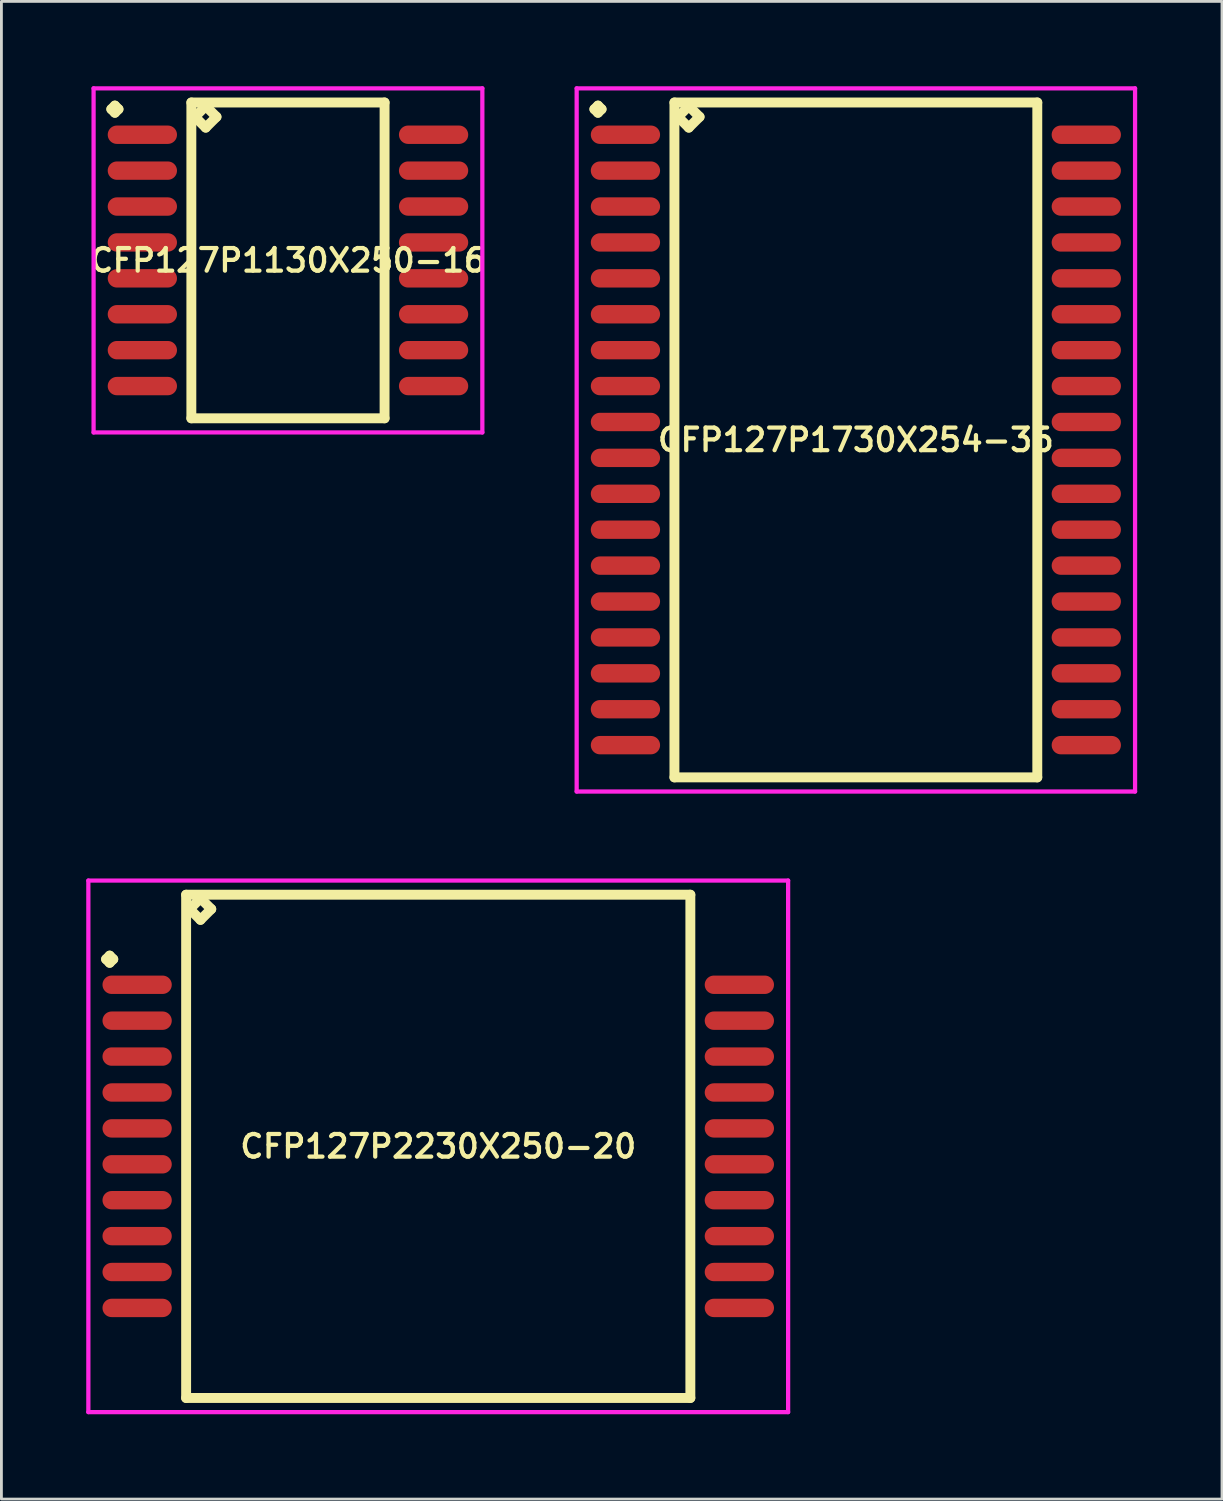
<source format=kicad_pcb>
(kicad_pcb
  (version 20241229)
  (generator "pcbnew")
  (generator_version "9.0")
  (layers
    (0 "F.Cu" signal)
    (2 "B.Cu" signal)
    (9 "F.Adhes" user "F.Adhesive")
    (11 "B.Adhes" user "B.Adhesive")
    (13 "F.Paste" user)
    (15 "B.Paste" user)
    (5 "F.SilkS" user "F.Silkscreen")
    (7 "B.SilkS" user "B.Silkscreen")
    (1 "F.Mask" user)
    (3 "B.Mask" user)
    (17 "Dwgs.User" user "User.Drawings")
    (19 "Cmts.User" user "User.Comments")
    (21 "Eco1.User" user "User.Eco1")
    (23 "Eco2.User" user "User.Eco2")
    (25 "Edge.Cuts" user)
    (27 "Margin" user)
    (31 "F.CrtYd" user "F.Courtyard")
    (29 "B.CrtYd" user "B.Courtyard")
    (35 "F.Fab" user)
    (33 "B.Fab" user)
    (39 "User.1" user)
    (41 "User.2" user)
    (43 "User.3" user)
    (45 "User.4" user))
  (footprint "CFP127P1130X250-16"
    (layer "F.Cu")
    (at 7.135 6.16)
    (property "Reference" "CFP127P1130X250-16" (at 0 0 0) (layer "F.SilkS") (effects (font (size 0.8 0.8) (thickness 0.15))))
    (attr smd)
    (fp_line (start -6.248 -5.349) (end -6.121 -5.476) (stroke (width 0.35) (type solid)) (layer "F.SilkS"))
    (fp_line (start -6.121 -5.476) (end -5.994 -5.349) (stroke (width 0.35) (type solid)) (layer "F.SilkS"))
    (fp_line (start -6.121 -5.222) (end -6.248 -5.349) (stroke (width 0.35) (type solid)) (layer "F.SilkS"))
    (fp_line (start -5.994 -5.349) (end -6.121 -5.222) (stroke (width 0.35) (type solid)) (layer "F.SilkS"))
    (fp_line (start -3.417 -5.585) (end -3.417 5.585) (stroke (width 0.35) (type solid)) (layer "F.SilkS"))
    (fp_line (start -3.417 5.585) (end 3.417 5.585) (stroke (width 0.35) (type solid)) (layer "F.SilkS"))
    (fp_line (start -3.29 -5.077) (end -2.909 -5.458) (stroke (width 0.35) (type solid)) (layer "F.SilkS"))
    (fp_line (start -2.909 -5.458) (end -2.528 -5.077) (stroke (width 0.35) (type solid)) (layer "F.SilkS"))
    (fp_line (start -2.909 -4.696) (end -3.29 -5.077) (stroke (width 0.35) (type solid)) (layer "F.SilkS"))
    (fp_line (start -2.528 -5.077) (end -2.909 -4.696) (stroke (width 0.35) (type solid)) (layer "F.SilkS"))
    (fp_line (start 3.417 -5.585) (end -3.417 -5.585) (stroke (width 0.35) (type solid)) (layer "F.SilkS"))
    (fp_line (start 3.417 5.585) (end 3.417 -5.585) (stroke (width 0.35) (type solid)) (layer "F.SilkS"))
    (fp_line (start -6.875 -6.085) (end 6.875 -6.085) (stroke (width 0.15) (type solid)) (layer "F.CrtYd"))
    (fp_line (start -6.875 6.085) (end -6.875 -6.085) (stroke (width 0.15) (type solid)) (layer "F.CrtYd"))
    (fp_line (start 6.875 -6.085) (end 6.875 6.085) (stroke (width 0.15) (type solid)) (layer "F.CrtYd"))
    (fp_line (start 6.875 6.085) (end -6.875 6.085) (stroke (width 0.15) (type solid)) (layer "F.CrtYd"))
    (pad "1" smd oval (at -5.15 -4.445) (size 2.45 0.65) (layers "F.Cu" "F.Mask" "F.Paste"))
    (pad "2" smd oval (at -5.15 -3.175) (size 2.45 0.65) (layers "F.Cu" "F.Mask" "F.Paste"))
    (pad "3" smd oval (at -5.15 -1.905) (size 2.45 0.65) (layers "F.Cu" "F.Mask" "F.Paste"))
    (pad "4" smd oval (at -5.15 -0.635) (size 2.45 0.65) (layers "F.Cu" "F.Mask" "F.Paste"))
    (pad "5" smd oval (at -5.15 0.635) (size 2.45 0.65) (layers "F.Cu" "F.Mask" "F.Paste"))
    (pad "6" smd oval (at -5.15 1.905) (size 2.45 0.65) (layers "F.Cu" "F.Mask" "F.Paste"))
    (pad "7" smd oval (at -5.15 3.175) (size 2.45 0.65) (layers "F.Cu" "F.Mask" "F.Paste"))
    (pad "8" smd oval (at -5.15 4.445) (size 2.45 0.65) (layers "F.Cu" "F.Mask" "F.Paste"))
    (pad "9" smd oval (at 5.15 4.445) (size 2.45 0.65) (layers "F.Cu" "F.Mask" "F.Paste"))
    (pad "10" smd oval (at 5.15 3.175) (size 2.45 0.65) (layers "F.Cu" "F.Mask" "F.Paste"))
    (pad "11" smd oval (at 5.15 1.905) (size 2.45 0.65) (layers "F.Cu" "F.Mask" "F.Paste"))
    (pad "12" smd oval (at 5.15 0.635) (size 2.45 0.65) (layers "F.Cu" "F.Mask" "F.Paste"))
    (pad "13" smd oval (at 5.15 -0.635) (size 2.45 0.65) (layers "F.Cu" "F.Mask" "F.Paste"))
    (pad "14" smd oval (at 5.15 -1.905) (size 2.45 0.65) (layers "F.Cu" "F.Mask" "F.Paste"))
    (pad "15" smd oval (at 5.15 -3.175) (size 2.45 0.65) (layers "F.Cu" "F.Mask" "F.Paste"))
    (pad "16" smd oval (at 5.15 -4.445) (size 2.45 0.65) (layers "F.Cu" "F.Mask" "F.Paste")))
  (footprint "CFP127P2230X250-20"
    (layer "F.Cu")
    (at 12.45 37.495)
    (property "Reference" "CFP127P2230X250-20" (at 0 0 0) (layer "F.SilkS") (effects (font (size 0.8 0.8) (thickness 0.15))))
    (attr smd)
    (fp_line (start -11.748 -6.619) (end -11.621 -6.746) (stroke (width 0.35) (type solid)) (layer "F.SilkS"))
    (fp_line (start -11.621 -6.746) (end -11.494 -6.619) (stroke (width 0.35) (type solid)) (layer "F.SilkS"))
    (fp_line (start -11.621 -6.492) (end -11.748 -6.619) (stroke (width 0.35) (type solid)) (layer "F.SilkS"))
    (fp_line (start -11.494 -6.619) (end -11.621 -6.492) (stroke (width 0.35) (type solid)) (layer "F.SilkS"))
    (fp_line (start -8.917 -8.9) (end -8.917 8.9) (stroke (width 0.35) (type solid)) (layer "F.SilkS"))
    (fp_line (start -8.917 8.9) (end 8.917 8.9) (stroke (width 0.35) (type solid)) (layer "F.SilkS"))
    (fp_line (start -8.79 -8.392) (end -8.409 -8.773) (stroke (width 0.35) (type solid)) (layer "F.SilkS"))
    (fp_line (start -8.409 -8.773) (end -8.028 -8.392) (stroke (width 0.35) (type solid)) (layer "F.SilkS"))
    (fp_line (start -8.409 -8.011) (end -8.79 -8.392) (stroke (width 0.35) (type solid)) (layer "F.SilkS"))
    (fp_line (start -8.028 -8.392) (end -8.409 -8.011) (stroke (width 0.35) (type solid)) (layer "F.SilkS"))
    (fp_line (start 8.917 -8.9) (end -8.917 -8.9) (stroke (width 0.35) (type solid)) (layer "F.SilkS"))
    (fp_line (start 8.917 8.9) (end 8.917 -8.9) (stroke (width 0.35) (type solid)) (layer "F.SilkS"))
    (fp_line (start -12.375 -9.4) (end 12.375 -9.4) (stroke (width 0.15) (type solid)) (layer "F.CrtYd"))
    (fp_line (start -12.375 9.4) (end -12.375 -9.4) (stroke (width 0.15) (type solid)) (layer "F.CrtYd"))
    (fp_line (start 12.375 -9.4) (end 12.375 9.4) (stroke (width 0.15) (type solid)) (layer "F.CrtYd"))
    (fp_line (start 12.375 9.4) (end -12.375 9.4) (stroke (width 0.15) (type solid)) (layer "F.CrtYd"))
    (pad "1" smd oval (at -10.65 -5.715) (size 2.45 0.65) (layers "F.Cu" "F.Mask" "F.Paste"))
    (pad "2" smd oval (at -10.65 -4.445) (size 2.45 0.65) (layers "F.Cu" "F.Mask" "F.Paste"))
    (pad "3" smd oval (at -10.65 -3.175) (size 2.45 0.65) (layers "F.Cu" "F.Mask" "F.Paste"))
    (pad "4" smd oval (at -10.65 -1.905) (size 2.45 0.65) (layers "F.Cu" "F.Mask" "F.Paste"))
    (pad "5" smd oval (at -10.65 -0.635) (size 2.45 0.65) (layers "F.Cu" "F.Mask" "F.Paste"))
    (pad "6" smd oval (at -10.65 0.635) (size 2.45 0.65) (layers "F.Cu" "F.Mask" "F.Paste"))
    (pad "7" smd oval (at -10.65 1.905) (size 2.45 0.65) (layers "F.Cu" "F.Mask" "F.Paste"))
    (pad "8" smd oval (at -10.65 3.175) (size 2.45 0.65) (layers "F.Cu" "F.Mask" "F.Paste"))
    (pad "9" smd oval (at -10.65 4.445) (size 2.45 0.65) (layers "F.Cu" "F.Mask" "F.Paste"))
    (pad "10" smd oval (at -10.65 5.715) (size 2.45 0.65) (layers "F.Cu" "F.Mask" "F.Paste"))
    (pad "11" smd oval (at 10.65 5.715) (size 2.45 0.65) (layers "F.Cu" "F.Mask" "F.Paste"))
    (pad "12" smd oval (at 10.65 4.445) (size 2.45 0.65) (layers "F.Cu" "F.Mask" "F.Paste"))
    (pad "13" smd oval (at 10.65 3.175) (size 2.45 0.65) (layers "F.Cu" "F.Mask" "F.Paste"))
    (pad "14" smd oval (at 10.65 1.905) (size 2.45 0.65) (layers "F.Cu" "F.Mask" "F.Paste"))
    (pad "15" smd oval (at 10.65 0.635) (size 2.45 0.65) (layers "F.Cu" "F.Mask" "F.Paste"))
    (pad "16" smd oval (at 10.65 -0.635) (size 2.45 0.65) (layers "F.Cu" "F.Mask" "F.Paste"))
    (pad "17" smd oval (at 10.65 -1.905) (size 2.45 0.65) (layers "F.Cu" "F.Mask" "F.Paste"))
    (pad "18" smd oval (at 10.65 -3.175) (size 2.45 0.65) (layers "F.Cu" "F.Mask" "F.Paste"))
    (pad "19" smd oval (at 10.65 -4.445) (size 2.45 0.65) (layers "F.Cu" "F.Mask" "F.Paste"))
    (pad "20" smd oval (at 10.65 -5.715) (size 2.45 0.65) (layers "F.Cu" "F.Mask" "F.Paste")))
  (footprint "CFP127P1730X254-36"
    (layer "F.Cu")
    (at 27.221 12.51)
    (property "Reference" "CFP127P1730X254-36" (at 0 0 0) (layer "F.SilkS") (effects (font (size 0.8 0.8) (thickness 0.15))))
    (attr smd)
    (fp_line (start -9.248 -11.699) (end -9.121 -11.826) (stroke (width 0.35) (type solid)) (layer "F.SilkS"))
    (fp_line (start -9.121 -11.826) (end -8.994 -11.699) (stroke (width 0.35) (type solid)) (layer "F.SilkS"))
    (fp_line (start -9.121 -11.572) (end -9.248 -11.699) (stroke (width 0.35) (type solid)) (layer "F.SilkS"))
    (fp_line (start -8.994 -11.699) (end -9.121 -11.572) (stroke (width 0.35) (type solid)) (layer "F.SilkS"))
    (fp_line (start -6.417 -11.935) (end -6.417 11.935) (stroke (width 0.35) (type solid)) (layer "F.SilkS"))
    (fp_line (start -6.417 11.935) (end 6.417 11.935) (stroke (width 0.35) (type solid)) (layer "F.SilkS"))
    (fp_line (start -6.29 -11.427) (end -5.909 -11.808) (stroke (width 0.35) (type solid)) (layer "F.SilkS"))
    (fp_line (start -5.909 -11.808) (end -5.528 -11.427) (stroke (width 0.35) (type solid)) (layer "F.SilkS"))
    (fp_line (start -5.909 -11.046) (end -6.29 -11.427) (stroke (width 0.35) (type solid)) (layer "F.SilkS"))
    (fp_line (start -5.528 -11.427) (end -5.909 -11.046) (stroke (width 0.35) (type solid)) (layer "F.SilkS"))
    (fp_line (start 6.417 -11.935) (end -6.417 -11.935) (stroke (width 0.35) (type solid)) (layer "F.SilkS"))
    (fp_line (start 6.417 11.935) (end 6.417 -11.935) (stroke (width 0.35) (type solid)) (layer "F.SilkS"))
    (fp_line (start -9.875 -12.435) (end 9.875 -12.435) (stroke (width 0.15) (type solid)) (layer "F.CrtYd"))
    (fp_line (start -9.875 12.435) (end -9.875 -12.435) (stroke (width 0.15) (type solid)) (layer "F.CrtYd"))
    (fp_line (start 9.875 -12.435) (end 9.875 12.435) (stroke (width 0.15) (type solid)) (layer "F.CrtYd"))
    (fp_line (start 9.875 12.435) (end -9.875 12.435) (stroke (width 0.15) (type solid)) (layer "F.CrtYd"))
    (pad "1" smd oval (at -8.15 -10.795) (size 2.45 0.65) (layers "F.Cu" "F.Mask" "F.Paste"))
    (pad "2" smd oval (at -8.15 -9.525) (size 2.45 0.65) (layers "F.Cu" "F.Mask" "F.Paste"))
    (pad "3" smd oval (at -8.15 -8.255) (size 2.45 0.65) (layers "F.Cu" "F.Mask" "F.Paste"))
    (pad "4" smd oval (at -8.15 -6.985) (size 2.45 0.65) (layers "F.Cu" "F.Mask" "F.Paste"))
    (pad "5" smd oval (at -8.15 -5.715) (size 2.45 0.65) (layers "F.Cu" "F.Mask" "F.Paste"))
    (pad "6" smd oval (at -8.15 -4.445) (size 2.45 0.65) (layers "F.Cu" "F.Mask" "F.Paste"))
    (pad "7" smd oval (at -8.15 -3.175) (size 2.45 0.65) (layers "F.Cu" "F.Mask" "F.Paste"))
    (pad "8" smd oval (at -8.15 -1.905) (size 2.45 0.65) (layers "F.Cu" "F.Mask" "F.Paste"))
    (pad "9" smd oval (at -8.15 -0.635) (size 2.45 0.65) (layers "F.Cu" "F.Mask" "F.Paste"))
    (pad "10" smd oval (at -8.15 0.635) (size 2.45 0.65) (layers "F.Cu" "F.Mask" "F.Paste"))
    (pad "11" smd oval (at -8.15 1.905) (size 2.45 0.65) (layers "F.Cu" "F.Mask" "F.Paste"))
    (pad "12" smd oval (at -8.15 3.175) (size 2.45 0.65) (layers "F.Cu" "F.Mask" "F.Paste"))
    (pad "13" smd oval (at -8.15 4.445) (size 2.45 0.65) (layers "F.Cu" "F.Mask" "F.Paste"))
    (pad "14" smd oval (at -8.15 5.715) (size 2.45 0.65) (layers "F.Cu" "F.Mask" "F.Paste"))
    (pad "15" smd oval (at -8.15 6.985) (size 2.45 0.65) (layers "F.Cu" "F.Mask" "F.Paste"))
    (pad "16" smd oval (at -8.15 8.255) (size 2.45 0.65) (layers "F.Cu" "F.Mask" "F.Paste"))
    (pad "17" smd oval (at -8.15 9.525) (size 2.45 0.65) (layers "F.Cu" "F.Mask" "F.Paste"))
    (pad "18" smd oval (at -8.15 10.795) (size 2.45 0.65) (layers "F.Cu" "F.Mask" "F.Paste"))
    (pad "19" smd oval (at 8.15 10.795) (size 2.45 0.65) (layers "F.Cu" "F.Mask" "F.Paste"))
    (pad "20" smd oval (at 8.15 9.525) (size 2.45 0.65) (layers "F.Cu" "F.Mask" "F.Paste"))
    (pad "21" smd oval (at 8.15 8.255) (size 2.45 0.65) (layers "F.Cu" "F.Mask" "F.Paste"))
    (pad "22" smd oval (at 8.15 6.985) (size 2.45 0.65) (layers "F.Cu" "F.Mask" "F.Paste"))
    (pad "23" smd oval (at 8.15 5.715) (size 2.45 0.65) (layers "F.Cu" "F.Mask" "F.Paste"))
    (pad "24" smd oval (at 8.15 4.445) (size 2.45 0.65) (layers "F.Cu" "F.Mask" "F.Paste"))
    (pad "25" smd oval (at 8.15 3.175) (size 2.45 0.65) (layers "F.Cu" "F.Mask" "F.Paste"))
    (pad "26" smd oval (at 8.15 1.905) (size 2.45 0.65) (layers "F.Cu" "F.Mask" "F.Paste"))
    (pad "27" smd oval (at 8.15 0.635) (size 2.45 0.65) (layers "F.Cu" "F.Mask" "F.Paste"))
    (pad "28" smd oval (at 8.15 -0.635) (size 2.45 0.65) (layers "F.Cu" "F.Mask" "F.Paste"))
    (pad "29" smd oval (at 8.15 -1.905) (size 2.45 0.65) (layers "F.Cu" "F.Mask" "F.Paste"))
    (pad "30" smd oval (at 8.15 -3.175) (size 2.45 0.65) (layers "F.Cu" "F.Mask" "F.Paste"))
    (pad "31" smd oval (at 8.15 -4.445) (size 2.45 0.65) (layers "F.Cu" "F.Mask" "F.Paste"))
    (pad "32" smd oval (at 8.15 -5.715) (size 2.45 0.65) (layers "F.Cu" "F.Mask" "F.Paste"))
    (pad "33" smd oval (at 8.15 -6.985) (size 2.45 0.65) (layers "F.Cu" "F.Mask" "F.Paste"))
    (pad "34" smd oval (at 8.15 -8.255) (size 2.45 0.65) (layers "F.Cu" "F.Mask" "F.Paste"))
    (pad "35" smd oval (at 8.15 -9.525) (size 2.45 0.65) (layers "F.Cu" "F.Mask" "F.Paste"))
    (pad "36" smd oval (at 8.15 -10.795) (size 2.45 0.65) (layers "F.Cu" "F.Mask" "F.Paste")))
  (gr_rect
    (start -3 -3)
    (end 40.171 49.97)
    (stroke (width 0.1) (type default))
    (fill no)
    (layer "Edge.Cuts")))
</source>
